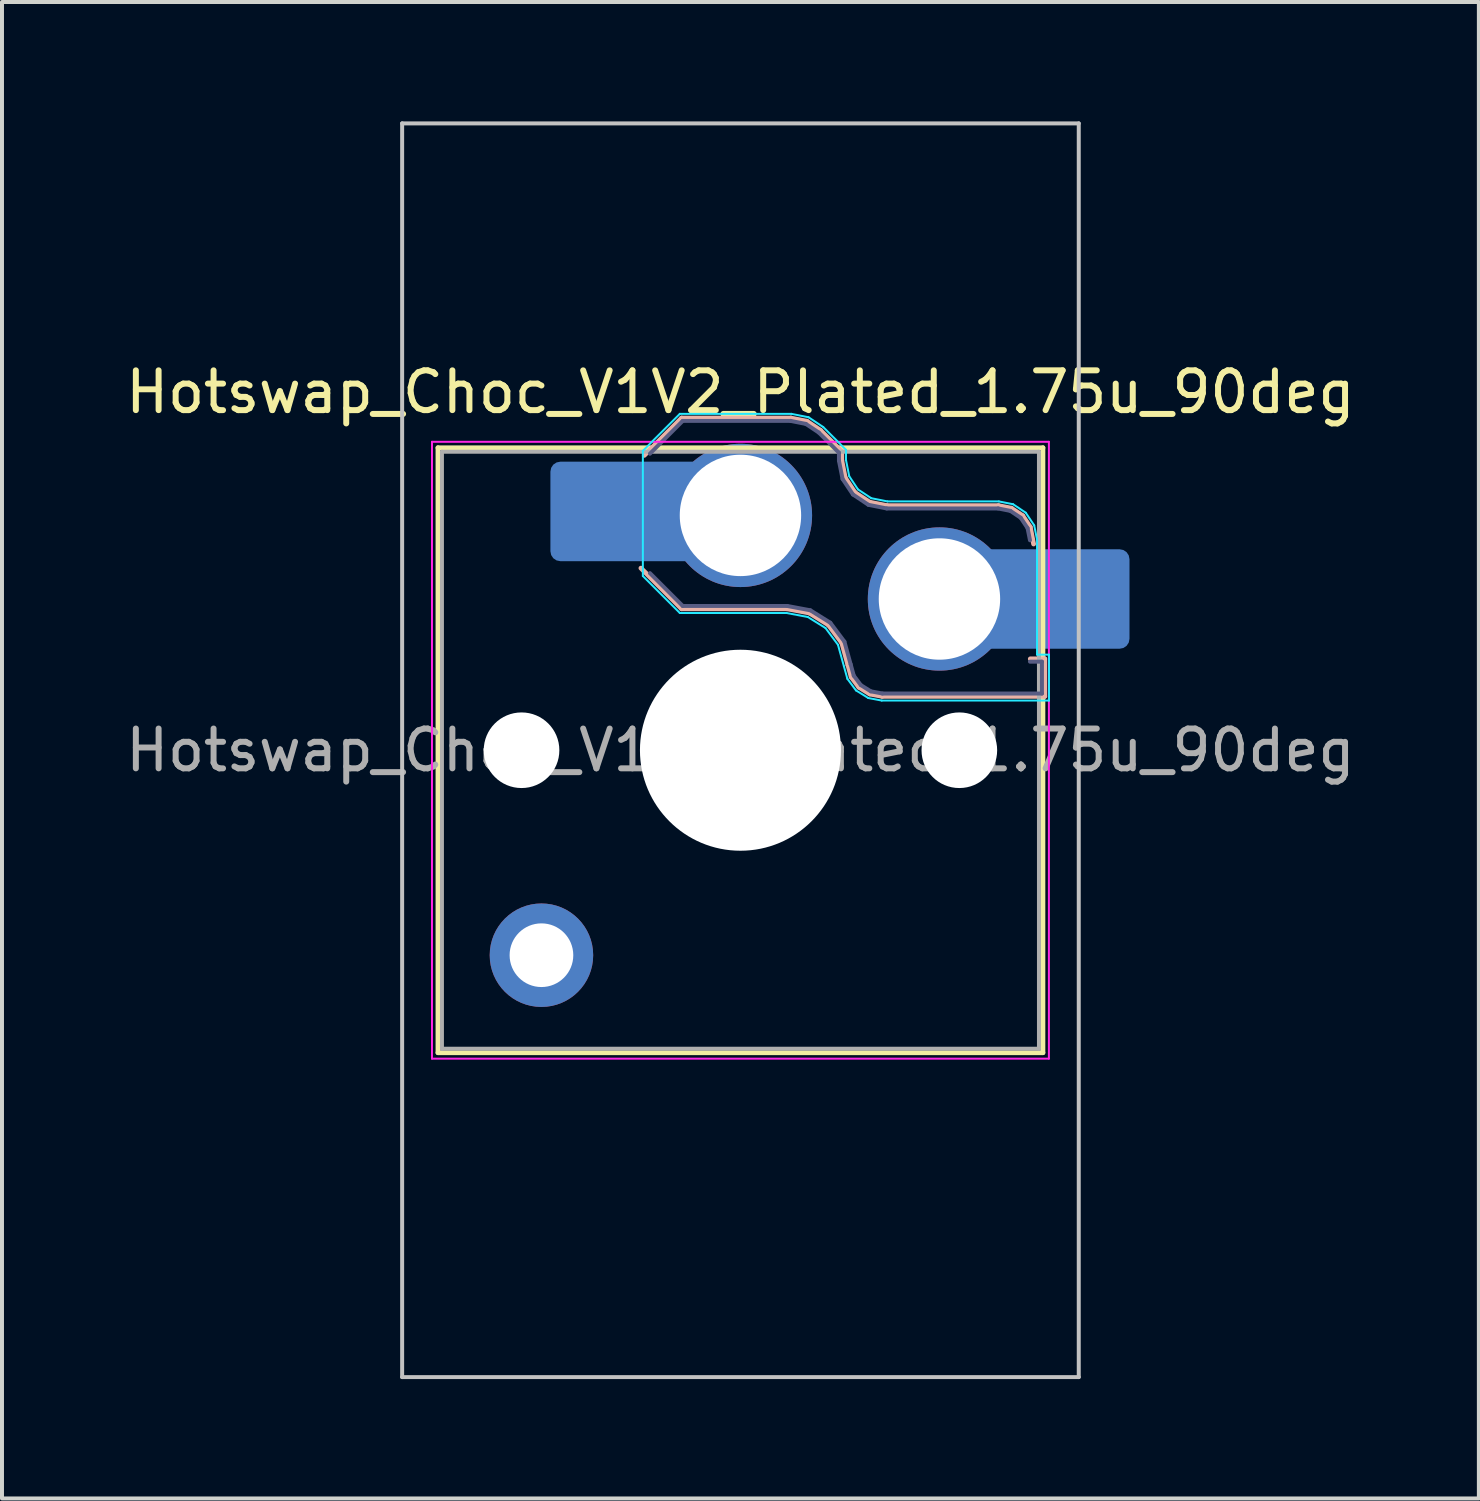
<source format=kicad_pcb>
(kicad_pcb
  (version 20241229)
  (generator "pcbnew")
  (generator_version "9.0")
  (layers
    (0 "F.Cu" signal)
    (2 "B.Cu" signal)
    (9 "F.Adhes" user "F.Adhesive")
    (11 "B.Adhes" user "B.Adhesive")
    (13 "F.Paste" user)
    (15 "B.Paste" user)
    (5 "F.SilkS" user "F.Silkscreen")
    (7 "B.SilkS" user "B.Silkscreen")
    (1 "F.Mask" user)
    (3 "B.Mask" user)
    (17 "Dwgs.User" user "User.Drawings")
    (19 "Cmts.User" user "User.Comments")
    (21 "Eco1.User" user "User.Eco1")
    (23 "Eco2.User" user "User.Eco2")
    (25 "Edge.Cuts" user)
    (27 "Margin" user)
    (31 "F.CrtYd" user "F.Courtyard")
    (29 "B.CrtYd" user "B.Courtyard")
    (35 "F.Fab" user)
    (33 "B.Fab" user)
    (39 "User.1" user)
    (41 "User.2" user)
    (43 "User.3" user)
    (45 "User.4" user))
  (footprint "Hotswap_Choc_V1V2_Plated_1.75u_90deg"
    (layer "F.Cu")
    (at 15.554 15.8)
    (property "Reference" "Hotswap_Choc_V1V2_Plated_1.75u_90deg" (at 0 -9 0) (layer "F.SilkS") (effects (font (size 1 1) (thickness 0.15))))
    (attr smd allow_soldermask_bridges)
    (fp_line (start -7.6 -7.6) (end -7.6 7.6) (stroke (width 0.12) (type solid)) (layer "F.SilkS"))
    (fp_line (start -7.6 7.6) (end 7.6 7.6) (stroke (width 0.12) (type solid)) (layer "F.SilkS"))
    (fp_line (start 7.6 -7.6) (end -7.6 -7.6) (stroke (width 0.12) (type solid)) (layer "F.SilkS"))
    (fp_line (start 7.6 7.6) (end 7.6 -7.6) (stroke (width 0.12) (type solid)) (layer "F.SilkS"))
    (fp_line (start -2.416 -7.409) (end -1.479 -8.346) (stroke (width 0.12) (type solid)) (layer "B.SilkS"))
    (fp_line (start -1.479 -8.346) (end 1.268 -8.346) (stroke (width 0.12) (type solid)) (layer "B.SilkS"))
    (fp_line (start -1.479 -3.554) (end -2.5 -4.575) (stroke (width 0.12) (type solid)) (layer "B.SilkS"))
    (fp_line (start 1.168 -3.554) (end -1.479 -3.554) (stroke (width 0.12) (type solid)) (layer "B.SilkS"))
    (fp_line (start 1.268 -8.346) (end 1.671 -8.266) (stroke (width 0.12) (type solid)) (layer "B.SilkS"))
    (fp_line (start 1.671 -8.266) (end 2.013 -8.037) (stroke (width 0.12) (type solid)) (layer "B.SilkS"))
    (fp_line (start 1.73 -3.449) (end 1.168 -3.554) (stroke (width 0.12) (type solid)) (layer "B.SilkS"))
    (fp_line (start 2.013 -8.037) (end 2.546 -7.504) (stroke (width 0.12) (type solid)) (layer "B.SilkS"))
    (fp_line (start 2.209 -3.15) (end 1.73 -3.449) (stroke (width 0.12) (type solid)) (layer "B.SilkS"))
    (fp_line (start 2.546 -7.504) (end 2.546 -7.282) (stroke (width 0.12) (type solid)) (layer "B.SilkS"))
    (fp_line (start 2.546 -7.282) (end 2.633 -6.844) (stroke (width 0.12) (type solid)) (layer "B.SilkS"))
    (fp_line (start 2.547 -2.697) (end 2.209 -3.15) (stroke (width 0.12) (type solid)) (layer "B.SilkS"))
    (fp_line (start 2.633 -6.844) (end 2.877 -6.477) (stroke (width 0.12) (type solid)) (layer "B.SilkS"))
    (fp_line (start 2.701 -2.139) (end 2.547 -2.697) (stroke (width 0.12) (type solid)) (layer "B.SilkS"))
    (fp_line (start 2.783 -1.841) (end 2.701 -2.139) (stroke (width 0.12) (type solid)) (layer "B.SilkS"))
    (fp_line (start 2.877 -6.477) (end 3.244 -6.233) (stroke (width 0.12) (type solid)) (layer "B.SilkS"))
    (fp_line (start 2.976 -1.583) (end 2.783 -1.841) (stroke (width 0.12) (type solid)) (layer "B.SilkS"))
    (fp_line (start 3.244 -6.233) (end 3.682 -6.146) (stroke (width 0.12) (type solid)) (layer "B.SilkS"))
    (fp_line (start 3.25 -1.413) (end 2.976 -1.583) (stroke (width 0.12) (type solid)) (layer "B.SilkS"))
    (fp_line (start 3.56 -1.354) (end 3.25 -1.413) (stroke (width 0.12) (type solid)) (layer "B.SilkS"))
    (fp_line (start 3.682 -6.146) (end 6.482 -6.146) (stroke (width 0.12) (type solid)) (layer "B.SilkS"))
    (fp_line (start 6.482 -6.146) (end 6.809 -6.081) (stroke (width 0.12) (type solid)) (layer "B.SilkS"))
    (fp_line (start 6.809 -6.081) (end 7.092 -5.892) (stroke (width 0.12) (type solid)) (layer "B.SilkS"))
    (fp_line (start 7.092 -5.892) (end 7.281 -5.609) (stroke (width 0.12) (type solid)) (layer "B.SilkS"))
    (fp_line (start 7.281 -5.609) (end 7.366 -5.182) (stroke (width 0.12) (type solid)) (layer "B.SilkS"))
    (fp_line (start 7.283 -2.296) (end 7.646 -2.296) (stroke (width 0.12) (type solid)) (layer "B.SilkS"))
    (fp_line (start 7.646 -2.296) (end 7.646 -1.354) (stroke (width 0.12) (type solid)) (layer "B.SilkS"))
    (fp_line (start 7.646 -1.354) (end 3.56 -1.354) (stroke (width 0.12) (type solid)) (layer "B.SilkS"))
    (fp_line (start -8.5 -15.75) (end 8.5 -15.75) (stroke (width 0.1) (type solid)) (layer "Dwgs.User"))
    (fp_line (start -8.5 15.75) (end -8.5 -15.75) (stroke (width 0.1) (type solid)) (layer "Dwgs.User"))
    (fp_line (start 8.5 -15.75) (end 8.5 15.75) (stroke (width 0.1) (type solid)) (layer "Dwgs.User"))
    (fp_line (start 8.5 15.75) (end -8.5 15.75) (stroke (width 0.1) (type solid)) (layer "Dwgs.User"))
    (fp_line (start -7.25 -7.25) (end -7.25 7.25) (stroke (width 0.1) (type solid)) (layer "Eco1.User"))
    (fp_line (start -7.25 7.25) (end 7.25 7.25) (stroke (width 0.1) (type solid)) (layer "Eco1.User"))
    (fp_line (start 7.25 -7.25) (end -7.25 -7.25) (stroke (width 0.1) (type solid)) (layer "Eco1.User"))
    (fp_line (start 7.25 7.25) (end 7.25 -7.25) (stroke (width 0.1) (type solid)) (layer "Eco1.User"))
    (fp_line (start -2.452 -7.523) (end -1.523 -8.452) (stroke (width 0.05) (type solid)) (layer "B.CrtYd"))
    (fp_line (start -2.452 -4.377) (end -2.452 -7.523) (stroke (width 0.05) (type solid)) (layer "B.CrtYd"))
    (fp_line (start -1.523 -8.452) (end 1.278 -8.452) (stroke (width 0.05) (type solid)) (layer "B.CrtYd"))
    (fp_line (start -1.523 -3.448) (end -2.452 -4.377) (stroke (width 0.05) (type solid)) (layer "B.CrtYd"))
    (fp_line (start 1.159 -3.448) (end -1.523 -3.448) (stroke (width 0.05) (type solid)) (layer "B.CrtYd"))
    (fp_line (start 1.278 -8.452) (end 1.712 -8.366) (stroke (width 0.05) (type solid)) (layer "B.CrtYd"))
    (fp_line (start 1.691 -3.348) (end 1.159 -3.448) (stroke (width 0.05) (type solid)) (layer "B.CrtYd"))
    (fp_line (start 1.712 -8.366) (end 2.081 -8.119) (stroke (width 0.05) (type solid)) (layer "B.CrtYd"))
    (fp_line (start 2.081 -8.119) (end 2.652 -7.548) (stroke (width 0.05) (type solid)) (layer "B.CrtYd"))
    (fp_line (start 2.136 -3.071) (end 1.691 -3.348) (stroke (width 0.05) (type solid)) (layer "B.CrtYd"))
    (fp_line (start 2.45 -2.65) (end 2.136 -3.071) (stroke (width 0.05) (type solid)) (layer "B.CrtYd"))
    (fp_line (start 2.599 -2.111) (end 2.45 -2.65) (stroke (width 0.05) (type solid)) (layer "B.CrtYd"))
    (fp_line (start 2.652 -7.548) (end 2.652 -7.292) (stroke (width 0.05) (type solid)) (layer "B.CrtYd"))
    (fp_line (start 2.652 -7.292) (end 2.733 -6.885) (stroke (width 0.05) (type solid)) (layer "B.CrtYd"))
    (fp_line (start 2.687 -1.794) (end 2.599 -2.111) (stroke (width 0.05) (type solid)) (layer "B.CrtYd"))
    (fp_line (start 2.733 -6.885) (end 2.953 -6.553) (stroke (width 0.05) (type solid)) (layer "B.CrtYd"))
    (fp_line (start 2.903 -1.503) (end 2.687 -1.794) (stroke (width 0.05) (type solid)) (layer "B.CrtYd"))
    (fp_line (start 2.953 -6.553) (end 3.285 -6.333) (stroke (width 0.05) (type solid)) (layer "B.CrtYd"))
    (fp_line (start 3.211 -1.312) (end 2.903 -1.503) (stroke (width 0.05) (type solid)) (layer "B.CrtYd"))
    (fp_line (start 3.285 -6.333) (end 3.692 -6.252) (stroke (width 0.05) (type solid)) (layer "B.CrtYd"))
    (fp_line (start 3.55 -1.248) (end 3.211 -1.312) (stroke (width 0.05) (type solid)) (layer "B.CrtYd"))
    (fp_line (start 3.692 -6.252) (end 6.492 -6.252) (stroke (width 0.05) (type solid)) (layer "B.CrtYd"))
    (fp_line (start 6.492 -6.252) (end 6.85 -6.181) (stroke (width 0.05) (type solid)) (layer "B.CrtYd"))
    (fp_line (start 6.85 -6.181) (end 7.168 -5.968) (stroke (width 0.05) (type solid)) (layer "B.CrtYd"))
    (fp_line (start 7.168 -5.968) (end 7.381 -5.65) (stroke (width 0.05) (type solid)) (layer "B.CrtYd"))
    (fp_line (start 7.381 -5.65) (end 7.452 -5.292) (stroke (width 0.05) (type solid)) (layer "B.CrtYd"))
    (fp_line (start 7.452 -5.292) (end 7.452 -2.402) (stroke (width 0.05) (type solid)) (layer "B.CrtYd"))
    (fp_line (start 7.452 -2.402) (end 7.752 -2.402) (stroke (width 0.05) (type solid)) (layer "B.CrtYd"))
    (fp_line (start 7.752 -2.402) (end 7.752 -1.248) (stroke (width 0.05) (type solid)) (layer "B.CrtYd"))
    (fp_line (start 7.752 -1.248) (end 3.55 -1.248) (stroke (width 0.05) (type solid)) (layer "B.CrtYd"))
    (fp_line (start -7.75 -7.75) (end -7.75 7.75) (stroke (width 0.05) (type solid)) (layer "F.CrtYd"))
    (fp_line (start -7.75 7.75) (end 7.75 7.75) (stroke (width 0.05) (type solid)) (layer "F.CrtYd"))
    (fp_line (start 7.75 -7.75) (end -7.75 -7.75) (stroke (width 0.05) (type solid)) (layer "F.CrtYd"))
    (fp_line (start 7.75 7.75) (end 7.75 -7.75) (stroke (width 0.05) (type solid)) (layer "F.CrtYd"))
    (fp_line (start -2.275 -7.45) (end -1.45 -8.275) (stroke (width 0.1) (type solid)) (layer "B.Fab"))
    (fp_line (start -1.45 -8.275) (end 1.261 -8.275) (stroke (width 0.1) (type solid)) (layer "B.Fab"))
    (fp_line (start -1.45 -3.625) (end -2.275 -4.45) (stroke (width 0.1) (type solid)) (layer "B.Fab"))
    (fp_line (start 1.175 -3.625) (end -1.45 -3.625) (stroke (width 0.1) (type solid)) (layer "B.Fab"))
    (fp_line (start 1.261 -8.275) (end 1.643 -8.199) (stroke (width 0.1) (type solid)) (layer "B.Fab"))
    (fp_line (start 1.643 -8.199) (end 1.968 -7.982) (stroke (width 0.1) (type solid)) (layer "B.Fab"))
    (fp_line (start 1.756 -3.516) (end 1.175 -3.625) (stroke (width 0.1) (type solid)) (layer "B.Fab"))
    (fp_line (start 1.968 -7.982) (end 2.475 -7.475) (stroke (width 0.1) (type solid)) (layer "B.Fab"))
    (fp_line (start 2.258 -3.203) (end 1.756 -3.516) (stroke (width 0.1) (type solid)) (layer "B.Fab"))
    (fp_line (start 2.475 -7.475) (end 2.475 -7.275) (stroke (width 0.1) (type solid)) (layer "B.Fab"))
    (fp_line (start 2.475 -7.275) (end 2.566 -6.816) (stroke (width 0.1) (type solid)) (layer "B.Fab"))
    (fp_line (start 2.566 -6.816) (end 2.826 -6.426) (stroke (width 0.1) (type solid)) (layer "B.Fab"))
    (fp_line (start 2.612 -2.729) (end 2.258 -3.203) (stroke (width 0.1) (type solid)) (layer "B.Fab"))
    (fp_line (start 2.769 -2.158) (end 2.612 -2.729) (stroke (width 0.1) (type solid)) (layer "B.Fab"))
    (fp_line (start 2.826 -6.426) (end 3.216 -6.166) (stroke (width 0.1) (type solid)) (layer "B.Fab"))
    (fp_line (start 2.848 -1.873) (end 2.769 -2.158) (stroke (width 0.1) (type solid)) (layer "B.Fab"))
    (fp_line (start 3.025 -1.636) (end 2.848 -1.873) (stroke (width 0.1) (type solid)) (layer "B.Fab"))
    (fp_line (start 3.216 -6.166) (end 3.675 -6.075) (stroke (width 0.1) (type solid)) (layer "B.Fab"))
    (fp_line (start 3.276 -1.48) (end 3.025 -1.636) (stroke (width 0.1) (type solid)) (layer "B.Fab"))
    (fp_line (start 3.567 -1.425) (end 3.276 -1.48) (stroke (width 0.1) (type solid)) (layer "B.Fab"))
    (fp_line (start 3.675 -6.075) (end 6.475 -6.075) (stroke (width 0.1) (type solid)) (layer "B.Fab"))
    (fp_line (start 6.475 -6.075) (end 6.781 -6.014) (stroke (width 0.1) (type solid)) (layer "B.Fab"))
    (fp_line (start 6.781 -6.014) (end 7.041 -5.841) (stroke (width 0.1) (type solid)) (layer "B.Fab"))
    (fp_line (start 7.041 -5.841) (end 7.214 -5.581) (stroke (width 0.1) (type solid)) (layer "B.Fab"))
    (fp_line (start 7.214 -5.581) (end 7.275 -5.275) (stroke (width 0.1) (type solid)) (layer "B.Fab"))
    (fp_line (start 7.275 -2.225) (end 7.575 -2.225) (stroke (width 0.1) (type solid)) (layer "B.Fab"))
    (fp_line (start 7.575 -2.225) (end 7.575 -1.425) (stroke (width 0.1) (type solid)) (layer "B.Fab"))
    (fp_line (start 7.575 -1.425) (end 3.567 -1.425) (stroke (width 0.1) (type solid)) (layer "B.Fab"))
    (fp_line (start -7.5 -7.5) (end -7.5 7.5) (stroke (width 0.1) (type solid)) (layer "F.Fab"))
    (fp_line (start -7.5 7.5) (end 7.5 7.5) (stroke (width 0.1) (type solid)) (layer "F.Fab"))
    (fp_line (start 7.5 -7.5) (end -7.5 -7.5) (stroke (width 0.1) (type solid)) (layer "F.Fab"))
    (fp_line (start 7.5 7.5) (end 7.5 -7.5) (stroke (width 0.1) (type solid)) (layer "F.Fab"))
    (fp_text user "${REFERENCE}" (at 0 0 0) (layer "F.Fab") (effects (font (size 1 1) (thickness 0.15))))
    (pad "" np_thru_hole circle (at -5.5 0) (size 1.9 1.9) (drill 1.9) (layers "*.Cu" "*.Mask"))
    (pad "" thru_hole circle (at -5 5.15) (size 2.6 2.6) (drill 1.6) (layers "*.Cu" "*.Mask"))
    (pad "" smd roundrect (at -3.5 -6) (size 2.55 2.5) (layers "B.Mask" "B.Paste") (roundrect_rratio 0.1))
    (pad "" np_thru_hole circle (at 0 0) (size 5.05 5.05) (drill 5.05) (layers "*.Cu" "*.Mask"))
    (pad "" np_thru_hole circle (at 5.5 0) (size 1.9 1.9) (drill 1.9) (layers "*.Cu" "*.Mask"))
    (pad "" smd roundrect (at 8.5 -3.8) (size 2.55 2.5) (layers "B.Mask" "B.Paste") (roundrect_rratio 0.1))
    (pad "1" smd roundrect (at -2.85 -6) (size 3.85 2.5) (layers "B.Cu") (roundrect_rratio 0.1))
    (pad "1" thru_hole circle (at 0 -5.9) (size 3.6 3.6) (drill 3.05) (layers "*.Cu" "*.Mask"))
    (pad "2" thru_hole circle (at 5 -3.8) (size 3.6 3.6) (drill 3.05) (layers "*.Cu" "*.Mask"))
    (pad "2" smd roundrect (at 7.85 -3.8) (size 3.85 2.5) (layers "B.Cu") (roundrect_rratio 0.1)))
  (gr_rect
    (start -3 -3)
    (end 34.107 34.6)
    (stroke (width 0.1) (type default))
    (fill no)
    (layer "Edge.Cuts")))
</source>
